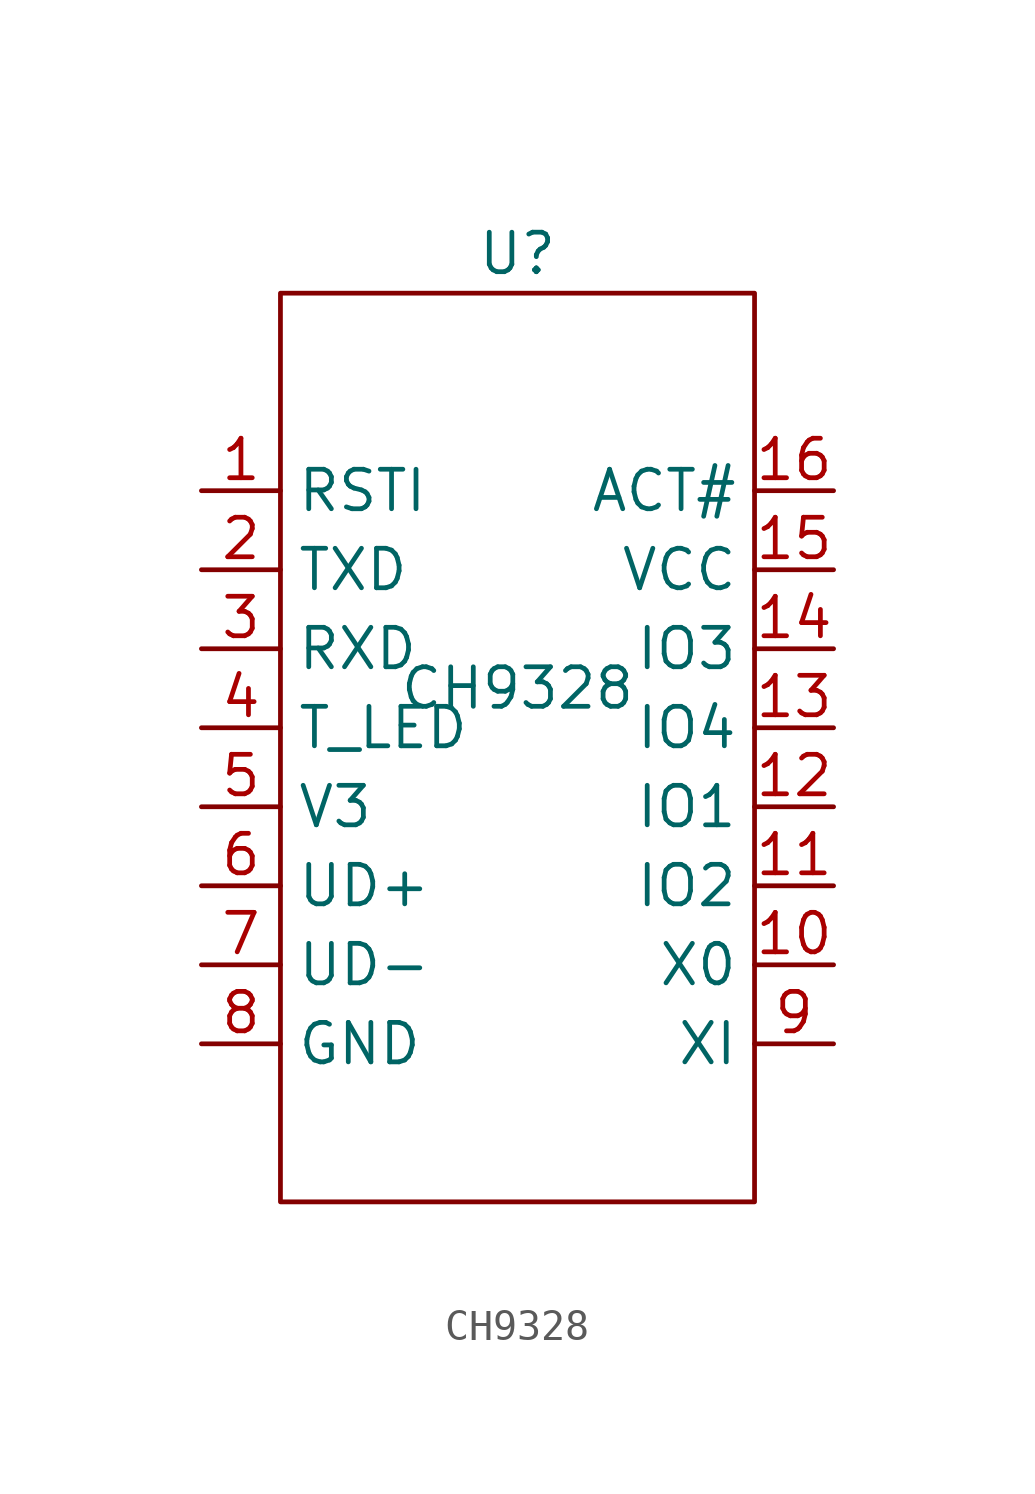
<source format=kicad_sym>
(kicad_symbol_lib
  (version 20220914)
  (generator kicad_symbol_editor)
  (symbol "CH9328"
    (property "Reference" "U"
      (at 0 16.51 0)
      (effects (font (size 1.27 1.27))))
    (property "Value" "CH9328"
      (at 0 2.54 0)
      (effects (font (size 1.27 1.27))))
    (symbol "CH9328_0_0"
      (pin input line (at -10.16 8.89 0) (length 2.54) (name "RSTI" (effects (font (size 1.27 1.27)))) (number "1" (effects (font (size 1.27 1.27)))))
      (pin output line (at 10.16 -6.35 180) (length 2.54) (name "X0" (effects (font (size 1.27 1.27)))) (number "10" (effects (font (size 1.27 1.27)))))
      (pin bidirectional line (at 10.16 -3.81 180) (length 2.54) (name "IO2" (effects (font (size 1.27 1.27)))) (number "11" (effects (font (size 1.27 1.27)))))
      (pin bidirectional line (at 10.16 -1.27 180) (length 2.54) (name "IO1" (effects (font (size 1.27 1.27)))) (number "12" (effects (font (size 1.27 1.27)))))
      (pin bidirectional line (at 10.16 1.27 180) (length 2.54) (name "IO4" (effects (font (size 1.27 1.27)))) (number "13" (effects (font (size 1.27 1.27)))))
      (pin bidirectional line (at 10.16 3.81 180) (length 2.54) (name "IO3" (effects (font (size 1.27 1.27)))) (number "14" (effects (font (size 1.27 1.27)))))
      (pin power_in line (at 10.16 6.35 180) (length 2.54) (name "VCC" (effects (font (size 1.27 1.27)))) (number "15" (effects (font (size 1.27 1.27)))))
      (pin output line (at 10.16 8.89 180) (length 2.54) (name "ACT#" (effects (font (size 1.27 1.27)))) (number "16" (effects (font (size 1.27 1.27)))))
      (pin output line (at -10.16 6.35 0) (length 2.54) (name "TXD" (effects (font (size 1.27 1.27)))) (number "2" (effects (font (size 1.27 1.27)))))
      (pin input line (at -10.16 3.81 0) (length 2.54) (name "RXD" (effects (font (size 1.27 1.27)))) (number "3" (effects (font (size 1.27 1.27)))))
      (pin output line (at -10.16 1.27 0) (length 2.54) (name "T_LED" (effects (font (size 1.27 1.27)))) (number "4" (effects (font (size 1.27 1.27)))))
      (pin power_out line (at -10.16 -1.27 0) (length 2.54) (name "V3" (effects (font (size 1.27 1.27)))) (number "5" (effects (font (size 1.27 1.27)))))
      (pin bidirectional line (at -10.16 -3.81 0) (length 2.54) (name "UD+" (effects (font (size 1.27 1.27)))) (number "6" (effects (font (size 1.27 1.27)))))
      (pin bidirectional line (at -10.16 -6.35 0) (length 2.54) (name "UD-" (effects (font (size 1.27 1.27)))) (number "7" (effects (font (size 1.27 1.27)))))
      (pin power_in line (at -10.16 -8.89 0) (length 2.54) (name "GND" (effects (font (size 1.27 1.27)))) (number "8" (effects (font (size 1.27 1.27)))))
      (pin input line (at 10.16 -8.89 180) (length 2.54) (name "XI" (effects (font (size 1.27 1.27)))) (number "9" (effects (font (size 1.27 1.27))))))
    (symbol "CH9328_0_1"
      (rectangle (start -7.62 15.24) (end 7.62 -13.97) (stroke (width 0) (type default)) (fill (type none))))))
</source>
